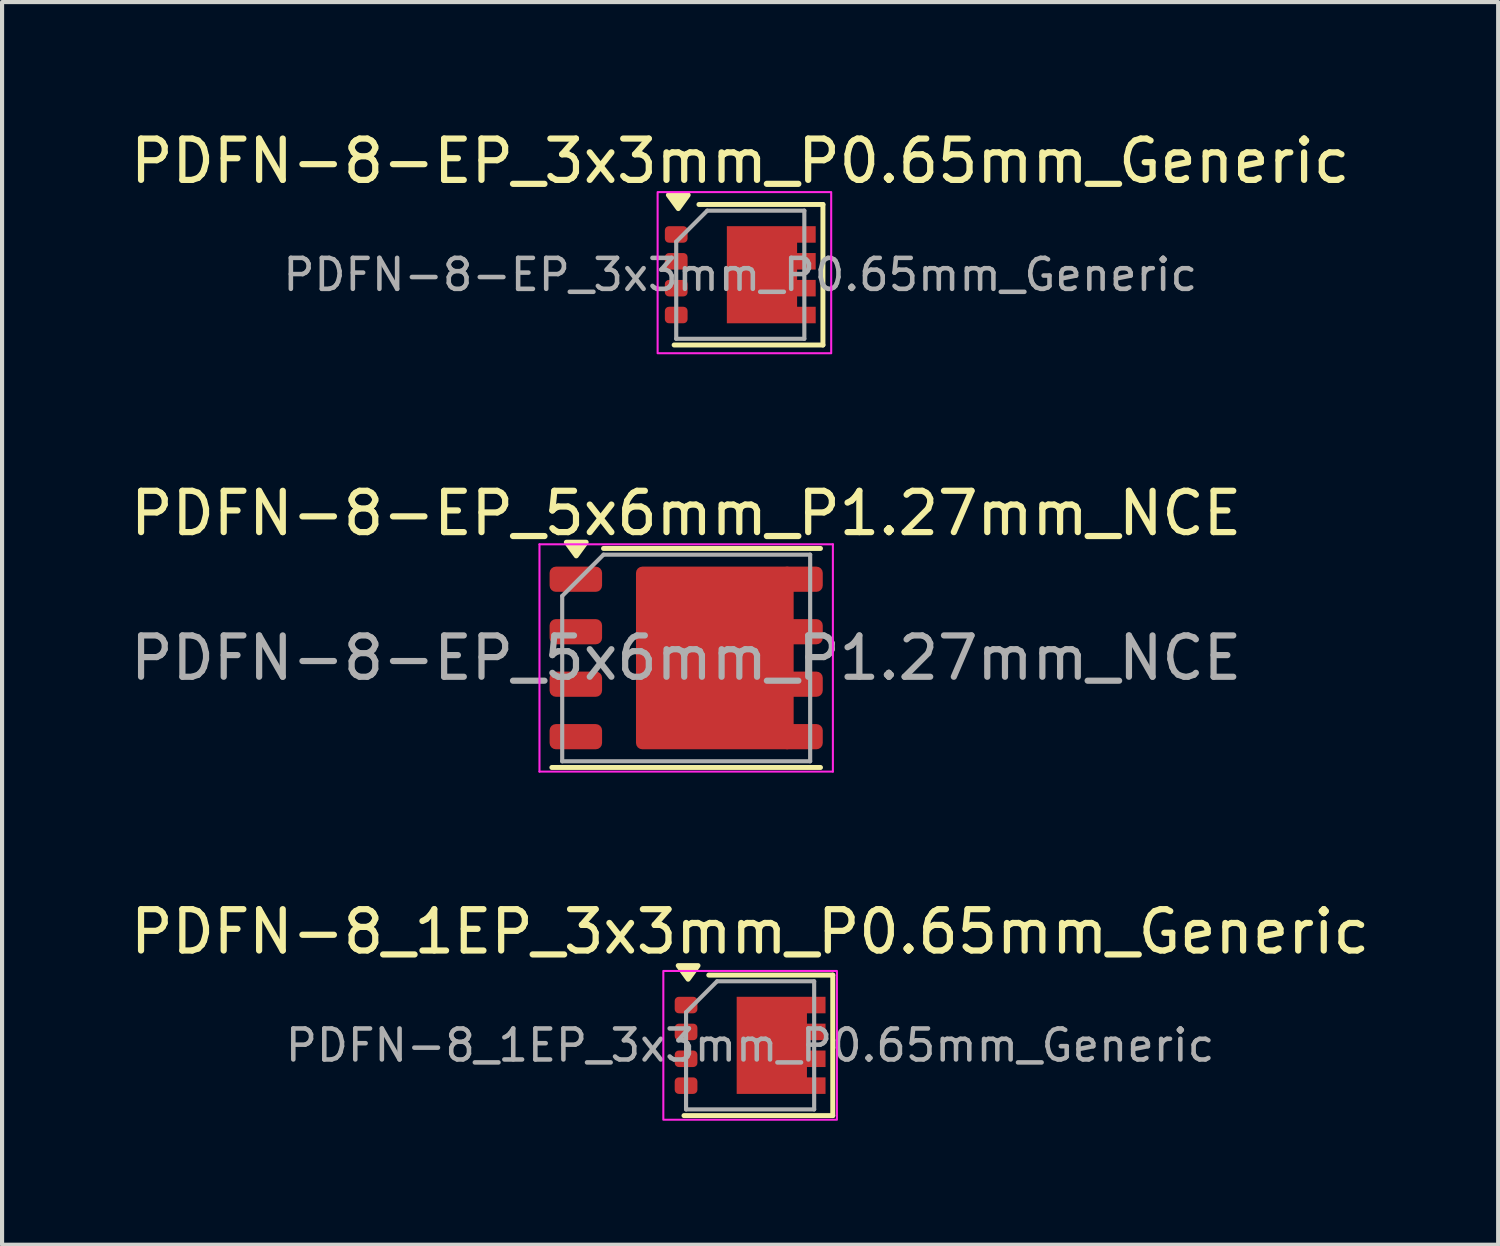
<source format=kicad_pcb>
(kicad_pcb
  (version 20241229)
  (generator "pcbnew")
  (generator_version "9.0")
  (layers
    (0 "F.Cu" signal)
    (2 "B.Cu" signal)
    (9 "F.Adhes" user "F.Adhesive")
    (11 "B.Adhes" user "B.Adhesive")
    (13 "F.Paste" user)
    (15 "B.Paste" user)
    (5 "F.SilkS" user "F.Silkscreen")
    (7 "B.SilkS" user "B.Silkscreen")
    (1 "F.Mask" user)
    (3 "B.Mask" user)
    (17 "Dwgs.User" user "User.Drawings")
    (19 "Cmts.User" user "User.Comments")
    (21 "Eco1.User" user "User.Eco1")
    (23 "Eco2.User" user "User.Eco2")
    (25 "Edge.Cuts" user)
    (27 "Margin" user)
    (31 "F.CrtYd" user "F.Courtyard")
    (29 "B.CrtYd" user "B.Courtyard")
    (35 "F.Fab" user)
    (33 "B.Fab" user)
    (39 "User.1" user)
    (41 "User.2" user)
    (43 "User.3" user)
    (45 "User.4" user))
  (footprint "PDFN-8_1EP_3x3mm_P0.65mm_Generic"
    (layer "F.Cu")
    (at 15.101 22.245)
    (property "Reference" "PDFN-8_1EP_3x3mm_P0.65mm_Generic" (at 0 -2.75 0) (unlocked yes) (layer "F.SilkS") (effects (font (size 1 1) (thickness 0.15))))
    (attr smd)
    (fp_line (start -1 -1.7) (end 2 -1.7) (stroke (width 0.12) (type default)) (layer "F.SilkS"))
    (fp_line (start 2 -1.7) (end 2 1.7) (stroke (width 0.12) (type default)) (layer "F.SilkS"))
    (fp_line (start 2 1.7) (end -1.6 1.7) (stroke (width 0.12) (type default)) (layer "F.SilkS"))
    (fp_poly (pts (xy -1.5 -1.6) (xy -1.74 -1.93) (xy -1.26 -1.93) (xy -1.5 -1.6)) (stroke (width 0.12) (type solid)) (fill yes) (layer "F.SilkS"))
    (fp_rect (start -2.1 -1.8) (end 2.1 1.8) (stroke (width 0.05) (type default)) (fill no) (layer "F.CrtYd"))
    (fp_line (start -1.55 -0.8) (end -0.8 -1.55) (stroke (width 0.1) (type default)) (layer "F.Fab"))
    (fp_line (start -1.55 1.55) (end -1.55 -0.8) (stroke (width 0.1) (type default)) (layer "F.Fab"))
    (fp_line (start -0.8 -1.55) (end 1.55 -1.55) (stroke (width 0.1) (type default)) (layer "F.Fab"))
    (fp_line (start 1.55 -1.55) (end 1.55 1.55) (stroke (width 0.1) (type default)) (layer "F.Fab"))
    (fp_line (start 1.55 1.55) (end -1.55 1.55) (stroke (width 0.1) (type default)) (layer "F.Fab"))
    (fp_text user "${REFERENCE}" (at 0 0 0) (unlocked yes) (layer "F.Fab") (effects (font (size 0.75 0.75) (thickness 0.11))))
    (pad "" smd roundrect (at 0.075 -0.775) (size 0.7 0.7) (layers "F.Paste") (roundrect_rratio 0.143))
    (pad "" smd roundrect (at 0.075 0) (size 0.7 0.7) (layers "F.Paste") (roundrect_rratio 0.143))
    (pad "" smd roundrect (at 0.075 0.775) (size 0.7 0.7) (layers "F.Paste") (roundrect_rratio 0.143))
    (pad "" smd roundrect (at 0.85 -0.775) (size 0.7 0.7) (layers "F.Paste") (roundrect_rratio 0.143))
    (pad "" smd roundrect (at 0.85 0) (size 0.7 0.7) (layers "F.Paste") (roundrect_rratio 0.143))
    (pad "" smd roundrect (at 0.85 0.775) (size 0.7 0.7) (layers "F.Paste") (roundrect_rratio 0.143))
    (pad "" smd roundrect (at 1.55 -0.975) (size 0.55 0.4) (layers "F.Paste") (roundrect_rratio 0.25))
    (pad "" smd roundrect (at 1.55 -0.325) (size 0.55 0.4) (layers "F.Paste") (roundrect_rratio 0.25))
    (pad "" smd roundrect (at 1.55 0.325) (size 0.55 0.4) (layers "F.Paste") (roundrect_rratio 0.25))
    (pad "" smd roundrect (at 1.55 0.975) (size 0.55 0.4) (layers "F.Paste") (roundrect_rratio 0.25))
    (pad "1" smd roundrect (at -1.55 -0.975) (size 0.55 0.4) (layers "F.Cu" "F.Mask" "F.Paste") (roundrect_rratio 0.25))
    (pad "2" smd roundrect (at -1.55 -0.325) (size 0.55 0.4) (layers "F.Cu" "F.Mask" "F.Paste") (roundrect_rratio 0.25))
    (pad "3" smd roundrect (at -1.55 0.325) (size 0.55 0.4) (layers "F.Cu" "F.Mask" "F.Paste") (roundrect_rratio 0.25))
    (pad "4" smd roundrect (at -1.55 0.975) (size 0.55 0.4) (layers "F.Cu" "F.Mask" "F.Paste") (roundrect_rratio 0.25))
    (pad "5" smd custom (at 0.05 0) (size 0.75 0.4) (layers "F.Cu" "F.Mask") (options (anchor rect)) (primitives (gr_poly (pts (xy -0.375 -1.175) (xy 1.775 -1.175) (xy 1.775 -0.775) (xy 1.325 -0.775) (xy 1.325 -0.525) (xy 1.775 -0.525) (xy 1.775 -0.125) (xy 1.325 -0.125) (xy 1.325 0.125) (xy 1.775 0.125) (xy 1.775 0.525) (xy 1.325 0.525) (xy 1.325 0.775) (xy 1.775 0.775) (xy 1.775 1.175) (xy -0.375 1.175)) (width 0) (fill yes)))))
  (footprint "PDFN-8-EP_3x3mm_P0.65mm_Generic"
    (layer "F.Cu")
    (at 14.863 3.598)
    (property "Reference" "PDFN-8-EP_3x3mm_P0.65mm_Generic" (at 0 -2.75 0) (unlocked yes) (layer "F.SilkS") (effects (font (size 1 1) (thickness 0.15))))
    (attr smd)
    (fp_line (start -1 -1.7) (end 2 -1.7) (stroke (width 0.12) (type default)) (layer "F.SilkS"))
    (fp_line (start 2 -1.7) (end 2 1.7) (stroke (width 0.12) (type default)) (layer "F.SilkS"))
    (fp_line (start 2 1.7) (end -1.6 1.7) (stroke (width 0.12) (type default)) (layer "F.SilkS"))
    (fp_poly (pts (xy -1.5 -1.6) (xy -1.74 -1.93) (xy -1.26 -1.93) (xy -1.5 -1.6)) (stroke (width 0.12) (type solid)) (fill yes) (layer "F.SilkS"))
    (fp_rect (start -2 -2) (end 2.2 1.9) (stroke (width 0.05) (type default)) (fill no) (layer "F.CrtYd"))
    (fp_line (start -1.55 -0.8) (end -0.8 -1.55) (stroke (width 0.1) (type default)) (layer "F.Fab"))
    (fp_line (start -1.55 1.55) (end -1.55 -0.8) (stroke (width 0.1) (type default)) (layer "F.Fab"))
    (fp_line (start -0.8 -1.55) (end 1.55 -1.55) (stroke (width 0.1) (type default)) (layer "F.Fab"))
    (fp_line (start 1.55 -1.55) (end 1.55 1.55) (stroke (width 0.1) (type default)) (layer "F.Fab"))
    (fp_line (start 1.55 1.55) (end -1.55 1.55) (stroke (width 0.1) (type default)) (layer "F.Fab"))
    (fp_text user "${REFERENCE}" (at 0 0 0) (unlocked yes) (layer "F.Fab") (effects (font (size 0.75 0.75) (thickness 0.11))))
    (pad "" smd roundrect (at 0.075 -0.775) (size 0.7 0.7) (layers "F.Paste") (roundrect_rratio 0.143))
    (pad "" smd roundrect (at 0.075 0) (size 0.7 0.7) (layers "F.Paste") (roundrect_rratio 0.143))
    (pad "" smd roundrect (at 0.075 0.775) (size 0.7 0.7) (layers "F.Paste") (roundrect_rratio 0.143))
    (pad "" smd roundrect (at 0.85 -0.775) (size 0.7 0.7) (layers "F.Paste") (roundrect_rratio 0.143))
    (pad "" smd roundrect (at 0.85 0) (size 0.7 0.7) (layers "F.Paste") (roundrect_rratio 0.143))
    (pad "" smd roundrect (at 0.85 0.775) (size 0.7 0.7) (layers "F.Paste") (roundrect_rratio 0.143))
    (pad "" smd roundrect (at 1.55 -0.975) (size 0.55 0.4) (layers "F.Paste") (roundrect_rratio 0.25))
    (pad "" smd roundrect (at 1.55 -0.325) (size 0.55 0.4) (layers "F.Paste") (roundrect_rratio 0.25))
    (pad "" smd roundrect (at 1.55 0.325) (size 0.55 0.4) (layers "F.Paste") (roundrect_rratio 0.25))
    (pad "" smd roundrect (at 1.55 0.975) (size 0.55 0.4) (layers "F.Paste") (roundrect_rratio 0.25))
    (pad "1" smd roundrect (at -1.55 -0.975) (size 0.55 0.4) (layers "F.Cu" "F.Mask" "F.Paste") (roundrect_rratio 0.25))
    (pad "2" smd roundrect (at -1.55 -0.325) (size 0.55 0.4) (layers "F.Cu" "F.Mask" "F.Paste") (roundrect_rratio 0.25))
    (pad "3" smd roundrect (at -1.55 0.325) (size 0.55 0.4) (layers "F.Cu" "F.Mask" "F.Paste") (roundrect_rratio 0.25))
    (pad "4" smd roundrect (at -1.55 0.975) (size 0.55 0.4) (layers "F.Cu" "F.Mask" "F.Paste") (roundrect_rratio 0.25))
    (pad "5" smd custom (at 0.05 0) (size 0.75 0.4) (layers "F.Cu" "F.Mask") (options (anchor rect)) (primitives (gr_poly (pts (xy -0.375 -1.175) (xy 1.775 -1.175) (xy 1.775 -0.775) (xy 1.325 -0.775) (xy 1.325 -0.525) (xy 1.775 -0.525) (xy 1.775 -0.125) (xy 1.325 -0.125) (xy 1.325 0.125) (xy 1.775 0.125) (xy 1.775 0.525) (xy 1.325 0.525) (xy 1.325 0.775) (xy 1.775 0.775) (xy 1.775 1.175) (xy -0.375 1.175)) (width 0) (fill yes)))))
  (footprint "PDFN-8-EP_5x6mm_P1.27mm_NCE"
    (layer "F.Cu")
    (at 13.554 12.871)
    (property "Reference" "PDFN-8-EP_5x6mm_P1.27mm_NCE" (at 0 -3.5 0) (unlocked yes) (layer "F.SilkS") (effects (font (size 1 1) (thickness 0.15))))
    (attr smd)
    (fp_line (start -3.25 2.65) (end 3.25 2.65) (stroke (width 0.12) (type default)) (layer "F.SilkS"))
    (fp_line (start -2 -2.65) (end 3.25 -2.65) (stroke (width 0.12) (type default)) (layer "F.SilkS"))
    (fp_poly (pts (xy -2.66 -2.47) (xy -2.9 -2.8) (xy -2.42 -2.8) (xy -2.66 -2.47)) (stroke (width 0.12) (type solid)) (fill yes) (layer "F.SilkS"))
    (fp_line (start -3.55 -2.75) (end -3.55 2.75) (stroke (width 0.05) (type default)) (layer "F.CrtYd"))
    (fp_line (start 3.55 -2.75) (end -3.55 -2.75) (stroke (width 0.05) (type default)) (layer "F.CrtYd"))
    (fp_line (start 3.55 -2.75) (end 3.55 2.75) (stroke (width 0.05) (type default)) (layer "F.CrtYd"))
    (fp_line (start 3.55 2.75) (end -3.55 2.75) (stroke (width 0.05) (type default)) (layer "F.CrtYd"))
    (fp_line (start -3 -1.5) (end -2 -2.5) (stroke (width 0.1) (type default)) (layer "F.Fab"))
    (fp_line (start -3 2.5) (end -3 -1.5) (stroke (width 0.1) (type default)) (layer "F.Fab"))
    (fp_line (start -2 -2.5) (end 3 -2.5) (stroke (width 0.1) (type default)) (layer "F.Fab"))
    (fp_line (start 3 -2.5) (end 3 2.5) (stroke (width 0.1) (type default)) (layer "F.Fab"))
    (fp_line (start 3 2.5) (end -3 2.5) (stroke (width 0.1) (type default)) (layer "F.Fab"))
    (fp_text user "${REFERENCE}" (at 0 0 0) (unlocked yes) (layer "F.Fab") (effects (font (size 1 1) (thickness 0.15))))
    (pad "" smd roundrect (at -0.3 -1.4) (size 1.4 1.2) (layers "F.Paste") (roundrect_rratio 0.125))
    (pad "" smd roundrect (at -0.3 0) (size 1.4 1.2) (layers "F.Paste") (roundrect_rratio 0.125))
    (pad "" smd roundrect (at -0.3 1.4) (size 1.4 1.2) (layers "F.Paste") (roundrect_rratio 0.125))
    (pad "" smd roundrect (at 1.3 -1.4) (size 1.4 1.2) (layers "F.Paste") (roundrect_rratio 0.125))
    (pad "" smd roundrect (at 1.3 0) (size 1.4 1.2) (layers "F.Paste") (roundrect_rratio 0.125))
    (pad "" smd roundrect (at 1.3 1.4) (size 1.4 1.2) (layers "F.Paste") (roundrect_rratio 0.125))
    (pad "1" smd roundrect (at -2.67 -1.905) (size 1.27 0.61) (layers "F.Cu" "F.Mask" "F.Paste") (roundrect_rratio 0.25))
    (pad "2" smd roundrect (at -2.67 -0.635) (size 1.27 0.61) (layers "F.Cu" "F.Mask" "F.Paste") (roundrect_rratio 0.25))
    (pad "3" smd roundrect (at -2.67 0.635) (size 1.27 0.61) (layers "F.Cu" "F.Mask" "F.Paste") (roundrect_rratio 0.25))
    (pad "4" smd roundrect (at -2.67 1.905) (size 1.27 0.61) (layers "F.Cu" "F.Mask" "F.Paste") (roundrect_rratio 0.25))
    (pad "5" smd roundrect (at 2.795 -1.905) (size 1.02 0.61) (layers "F.Cu" "F.Mask" "F.Paste") (roundrect_rratio 0.25))
    (pad "6" smd roundrect (at 2.795 -0.635) (size 1.02 0.61) (layers "F.Cu" "F.Mask" "F.Paste") (roundrect_rratio 0.25))
    (pad "7" smd roundrect (at 2.795 0.635) (size 1.02 0.61) (layers "F.Cu" "F.Mask" "F.Paste") (roundrect_rratio 0.25))
    (pad "8" smd roundrect (at 2.795 1.905) (size 1.02 0.61) (layers "F.Cu" "F.Mask" "F.Paste") (roundrect_rratio 0.25))
    (pad "9" smd roundrect (at 0.693 0) (size 3.815 4.42) (layers "F.Cu" "F.Mask") (roundrect_rratio 0.04)))
  (gr_rect
    (start -3 -3)
    (end 33.202 27.07)
    (stroke (width 0.1) (type default))
    (fill no)
    (layer "Edge.Cuts")))
</source>
